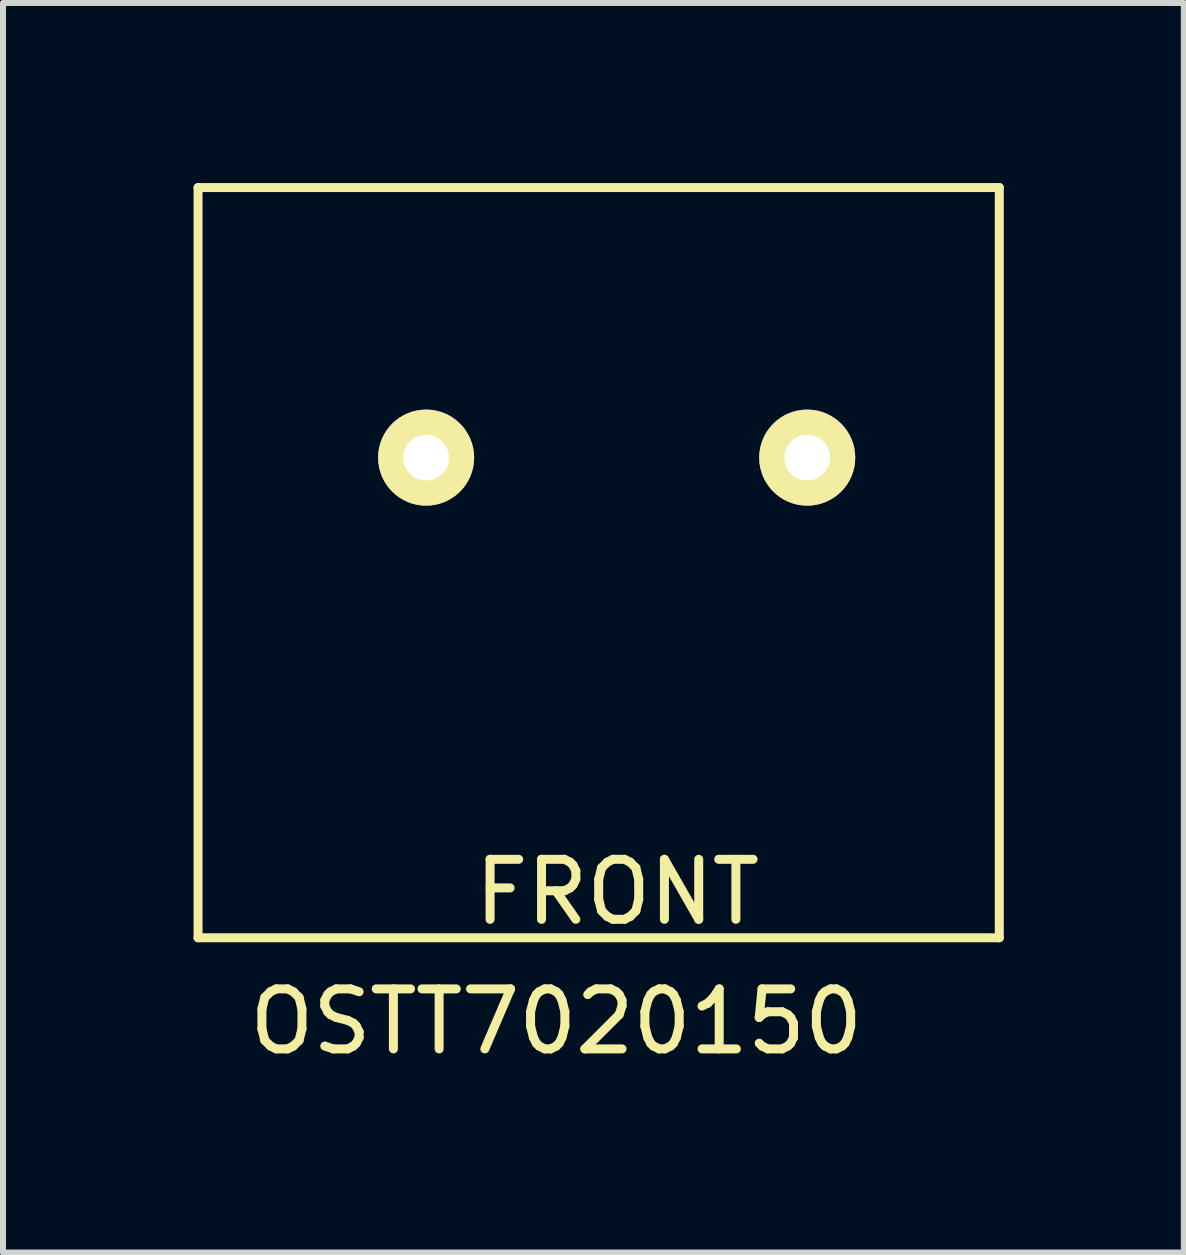
<source format=kicad_pcb>
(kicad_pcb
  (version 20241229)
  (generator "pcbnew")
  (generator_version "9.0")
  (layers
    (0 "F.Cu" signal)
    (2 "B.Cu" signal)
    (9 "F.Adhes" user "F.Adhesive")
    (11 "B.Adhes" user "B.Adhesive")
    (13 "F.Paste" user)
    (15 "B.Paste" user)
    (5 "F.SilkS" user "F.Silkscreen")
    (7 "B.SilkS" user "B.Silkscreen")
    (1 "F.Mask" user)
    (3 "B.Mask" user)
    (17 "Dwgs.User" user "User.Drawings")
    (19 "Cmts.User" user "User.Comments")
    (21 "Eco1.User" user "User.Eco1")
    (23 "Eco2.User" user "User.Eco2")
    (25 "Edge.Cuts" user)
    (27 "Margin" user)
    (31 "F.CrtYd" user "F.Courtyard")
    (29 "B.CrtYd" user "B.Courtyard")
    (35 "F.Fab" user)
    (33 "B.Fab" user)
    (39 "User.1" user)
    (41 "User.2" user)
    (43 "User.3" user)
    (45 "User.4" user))
  (footprint "OSTT7020150"
    (layer "F.Cu")
    (at 0.25 12.575)
    (property "Reference" "OSTT7020150" (at 5.969 1.397 0) (layer "F.SilkS") (effects (font (size 1 1) (thickness 0.15))))
    (attr through_hole)
    (fp_line (start 0 -12.5) (end 0 0) (stroke (width 0.15) (type solid)) (layer "F.SilkS"))
    (fp_line (start 0 -12.5) (end 13.35 -12.5) (stroke (width 0.15) (type solid)) (layer "F.SilkS"))
    (fp_line (start 0 0) (end 13.35 0) (stroke (width 0.15) (type solid)) (layer "F.SilkS"))
    (fp_line (start 13.35 0) (end 13.35 -12.5) (stroke (width 0.15) (type solid)) (layer "F.SilkS"))
    (fp_text user "FRONT" (at 6.985 -0.762 0) (layer "F.SilkS") (effects (font (size 1 1) (thickness 0.15))))
    (pad "1" thru_hole circle (at 3.8 -8) (size 1.6 1.6) (drill 0.762) (layers "*.Cu" "*.Mask" "F.SilkS"))
    (pad "2" thru_hole circle (at 10.15 -8) (size 1.6 1.6) (drill 0.762) (layers "*.Cu" "*.Mask" "F.SilkS")))
  (gr_rect
    (start -3 -3)
    (end 16.675 17.82)
    (stroke (width 0.1) (type default))
    (fill no)
    (layer "Edge.Cuts")))
</source>
